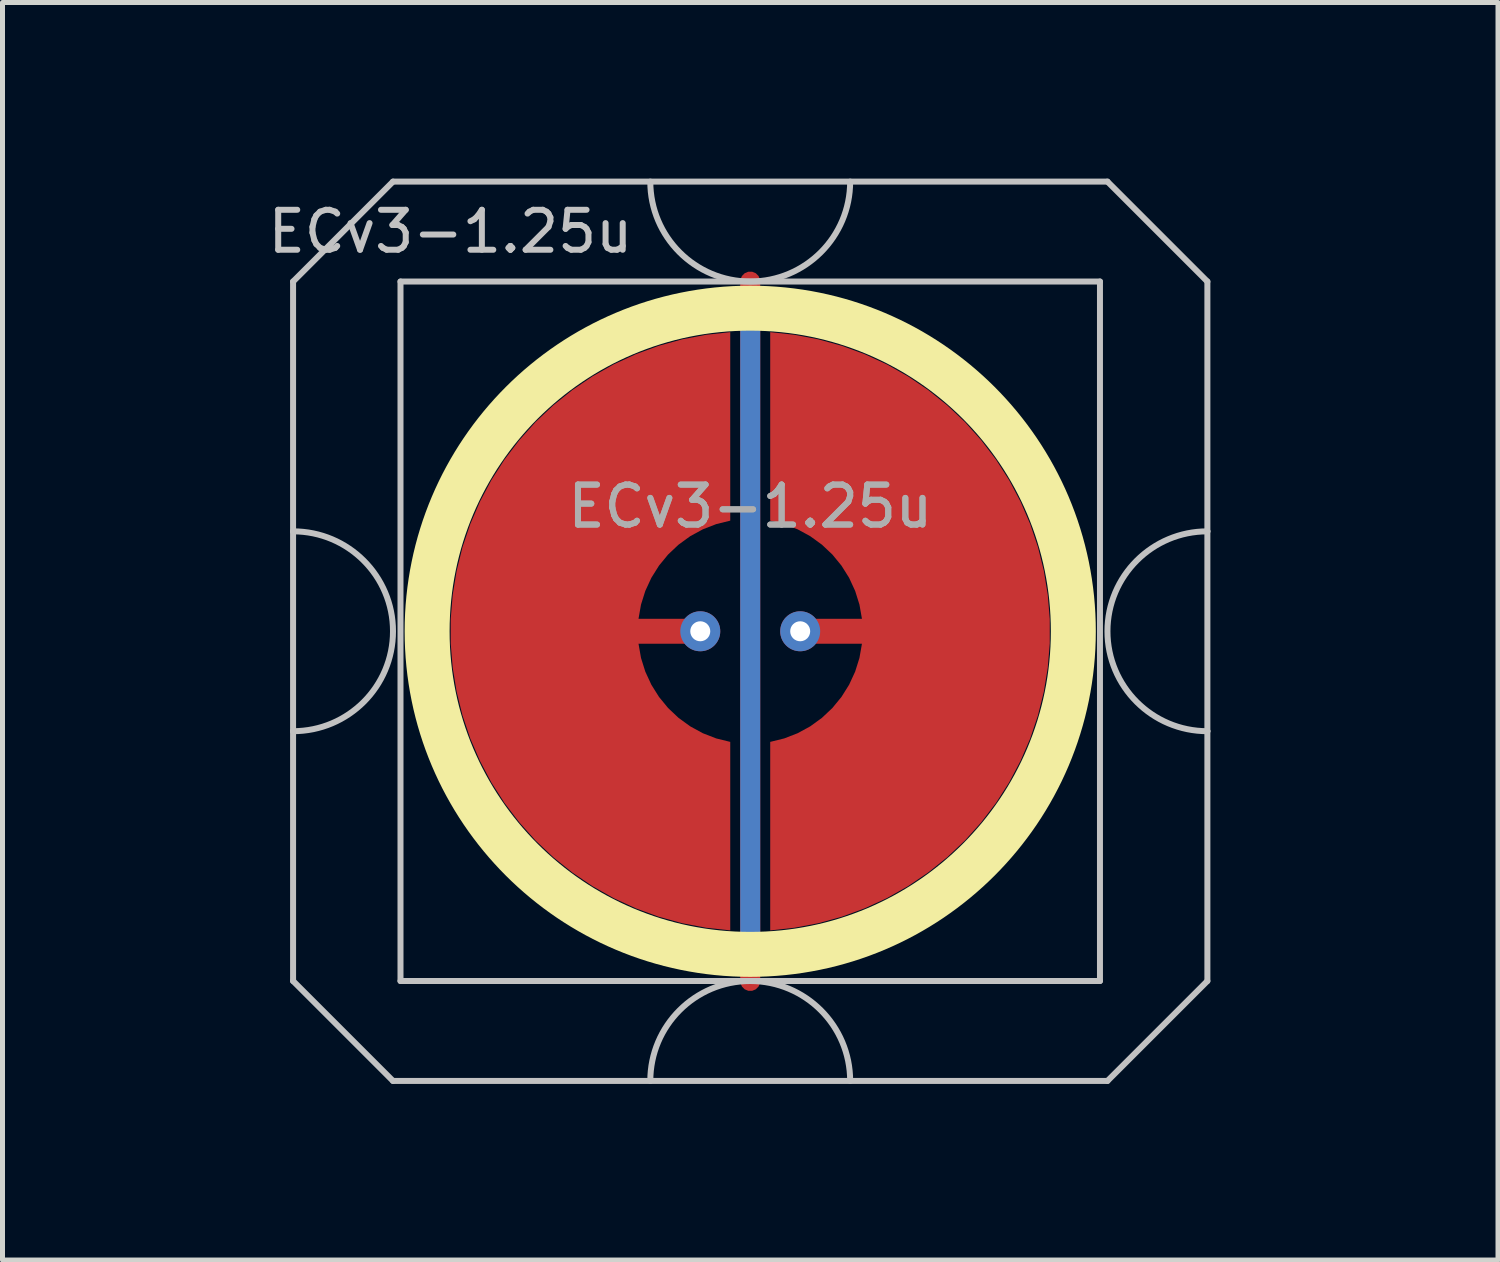
<source format=kicad_pcb>
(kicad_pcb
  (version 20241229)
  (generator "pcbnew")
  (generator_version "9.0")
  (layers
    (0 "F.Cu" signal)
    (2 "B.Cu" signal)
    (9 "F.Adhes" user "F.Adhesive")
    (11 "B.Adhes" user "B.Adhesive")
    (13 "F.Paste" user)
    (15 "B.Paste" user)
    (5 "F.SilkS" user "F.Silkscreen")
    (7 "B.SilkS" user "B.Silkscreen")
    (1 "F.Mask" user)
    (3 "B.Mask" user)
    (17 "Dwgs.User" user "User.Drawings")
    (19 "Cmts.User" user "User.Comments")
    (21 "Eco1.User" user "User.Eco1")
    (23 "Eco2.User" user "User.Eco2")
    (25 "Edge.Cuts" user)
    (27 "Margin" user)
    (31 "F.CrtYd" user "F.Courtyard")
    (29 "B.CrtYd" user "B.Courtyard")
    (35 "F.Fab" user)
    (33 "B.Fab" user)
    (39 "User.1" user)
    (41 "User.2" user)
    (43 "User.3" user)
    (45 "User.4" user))
  (footprint "ECv3-1.25u"
    (layer "F.Cu")
    (at 11.966 9.585)
    (property "Reference" "ECv3-1.25u" (at -6 -8 0) (layer "Dwgs.User") (effects (font (size 0.8 0.8) (thickness 0.12))))
    (attr through_hole exclude_from_pos_files exclude_from_bom)
    (fp_circle (center 0 0) (end 6.467 0) (stroke (width 0.9) (type solid)) (fill no) (layer "F.SilkS"))
    (fp_line (start -9.15 -7) (end -9.15 -2) (stroke (width 0.12) (type solid)) (layer "Dwgs.User"))
    (fp_line (start -9.15 -2) (end -9.15 2) (stroke (width 0.12) (type solid)) (layer "Dwgs.User"))
    (fp_line (start -9.15 2) (end -9.15 7) (stroke (width 0.12) (type solid)) (layer "Dwgs.User"))
    (fp_line (start -9.15 7) (end -7.15 9) (stroke (width 0.12) (type solid)) (layer "Dwgs.User"))
    (fp_line (start -7.15 -9) (end -9.15 -7) (stroke (width 0.12) (type solid)) (layer "Dwgs.User"))
    (fp_line (start -7.15 9) (end 7.15 9) (stroke (width 0.12) (type solid)) (layer "Dwgs.User"))
    (fp_line (start -7 -7) (end -7 7) (stroke (width 0.12) (type solid)) (layer "Dwgs.User"))
    (fp_line (start -7 7) (end 7 7) (stroke (width 0.12) (type solid)) (layer "Dwgs.User"))
    (fp_line (start 7 -7) (end -7 -7) (stroke (width 0.12) (type solid)) (layer "Dwgs.User"))
    (fp_line (start 7 7) (end 7 -7) (stroke (width 0.12) (type solid)) (layer "Dwgs.User"))
    (fp_line (start 7.15 -9) (end -7.15 -9) (stroke (width 0.12) (type solid)) (layer "Dwgs.User"))
    (fp_line (start 7.15 -9) (end 9.15 -7) (stroke (width 0.12) (type solid)) (layer "Dwgs.User"))
    (fp_line (start 7.15 9) (end 9.15 7) (stroke (width 0.12) (type solid)) (layer "Dwgs.User"))
    (fp_line (start 9.15 -2) (end 9.15 -7) (stroke (width 0.12) (type solid)) (layer "Dwgs.User"))
    (fp_line (start 9.15 -2) (end 9.15 2) (stroke (width 0.12) (type solid)) (layer "Dwgs.User"))
    (fp_line (start 9.15 7) (end 9.15 2) (stroke (width 0.12) (type solid)) (layer "Dwgs.User"))
    (fp_arc (start -9.15 -2) (mid -7.15 0) (end -9.15 2) (stroke (width 0.12) (type solid)) (layer "Dwgs.User"))
    (fp_arc (start -2 9) (mid 0 7) (end 2 9) (stroke (width 0.12) (type solid)) (layer "Dwgs.User"))
    (fp_arc (start 2 -9) (mid 0 -7) (end -2 -9) (stroke (width 0.12) (type solid)) (layer "Dwgs.User"))
    (fp_arc (start 9.15 2) (mid 7.15 0) (end 9.15 -2) (stroke (width 0.12) (type solid)) (layer "Dwgs.User"))
    (fp_line (start -11.906 -9.525) (end -11.906 9.525) (stroke (width 0.12) (type solid)) (layer "User.2"))
    (fp_line (start -11.906 -9.525) (end 11.906 -9.525) (stroke (width 0.12) (type solid)) (layer "User.2"))
    (fp_line (start -11.906 9.525) (end 11.906 9.525) (stroke (width 0.12) (type solid)) (layer "User.2"))
    (fp_line (start 11.906 -9.525) (end 11.906 9.525) (stroke (width 0.12) (type solid)) (layer "User.2"))
    (fp_text user "${REFERENCE}" (at 0 -2.5 0) (layer "F.Fab") (effects (font (size 0.8 0.8) (thickness 0.12))))
    (fp_text user "${REFERENCE}" (at 0 -2.5 0) (layer "F.Fab") (effects (font (size 0.8 0.8) (thickness 0.12))))
    (pad "1" smd custom (at -1 0) (size 0.4 0.4) (layers "F.Cu") (options (anchor circle)) (primitives (gr_poly (pts (xy 0.6 -2.214) (xy 0.32 -2.145) (xy 0.052 -2.041) (xy -0.201 -1.903) (xy -0.434 -1.734) (xy -0.644 -1.536) (xy -0.826 -1.314) (xy -0.979 -1.07) (xy -1.1 -0.808) (xy -1.186 -0.534) (xy -1.236 -0.25) (xy 0 -0.25) (xy 0.096 -0.231) (xy 0.177 -0.177) (xy 0.231 -0.096) (xy 0.25 0) (xy 0.231 0.096) (xy 0.177 0.177) (xy 0.096 0.231) (xy 0 0.25) (xy -1.236 0.25) (xy -1.186 0.534) (xy -1.1 0.808) (xy -0.979 1.07) (xy -0.826 1.314) (xy -0.644 1.536) (xy -0.434 1.734) (xy -0.201 1.903) (xy 0.052 2.041) (xy 0.32 2.145) (xy 0.6 2.214) (xy 0.6 5.987) (xy 0.115 5.934) (xy -0.364 5.843) (xy -0.834 5.713) (xy -1.292 5.545) (xy -1.735 5.341) (xy -2.159 5.101) (xy -2.563 4.827) (xy -2.943 4.522) (xy -3.298 4.187) (xy -3.623 3.824) (xy -3.919 3.436) (xy -4.182 3.025) (xy -4.41 2.594) (xy -4.603 2.147) (xy -4.759 1.684) (xy -4.876 1.211) (xy -4.955 0.73) (xy -4.995 0.244) (xy -4.995 -0.244) (xy -4.955 -0.73) (xy -4.876 -1.211) (xy -4.759 -1.684) (xy -4.603 -2.147) (xy -4.41 -2.594) (xy -4.182 -3.025) (xy -3.919 -3.436) (xy -3.623 -3.824) (xy -3.298 -4.187) (xy -2.943 -4.522) (xy -2.563 -4.827) (xy -2.159 -5.101) (xy -1.735 -5.341) (xy -1.292 -5.545) (xy -0.834 -5.713) (xy -0.364 -5.843) (xy 0.115 -5.934) (xy 0.6 -5.987)) (width 0) (fill yes))))
    (pad "1" thru_hole circle (at -1 0) (size 0.8 0.8) (drill 0.4) (layers "*.Cu"))
    (pad "2" smd custom (at 1 0 180) (size 0.4 0.4) (layers "F.Cu") (options (anchor circle)) (primitives (gr_poly (pts (xy 0.6 -2.214) (xy 0.32 -2.145) (xy 0.052 -2.041) (xy -0.201 -1.903) (xy -0.434 -1.734) (xy -0.644 -1.536) (xy -0.826 -1.314) (xy -0.979 -1.07) (xy -1.1 -0.808) (xy -1.186 -0.534) (xy -1.236 -0.25) (xy 0 -0.25) (xy 0.096 -0.231) (xy 0.177 -0.177) (xy 0.231 -0.096) (xy 0.25 0) (xy 0.231 0.096) (xy 0.177 0.177) (xy 0.096 0.231) (xy 0 0.25) (xy -1.236 0.25) (xy -1.186 0.534) (xy -1.1 0.808) (xy -0.979 1.07) (xy -0.826 1.314) (xy -0.644 1.536) (xy -0.434 1.734) (xy -0.201 1.903) (xy 0.052 2.041) (xy 0.32 2.145) (xy 0.6 2.214) (xy 0.6 5.987) (xy 0.115 5.934) (xy -0.364 5.843) (xy -0.834 5.713) (xy -1.292 5.545) (xy -1.735 5.341) (xy -2.159 5.101) (xy -2.563 4.827) (xy -2.943 4.522) (xy -3.298 4.187) (xy -3.623 3.824) (xy -3.919 3.436) (xy -4.182 3.025) (xy -4.41 2.594) (xy -4.603 2.147) (xy -4.759 1.684) (xy -4.876 1.211) (xy -4.955 0.73) (xy -4.995 0.244) (xy -4.995 -0.244) (xy -4.955 -0.73) (xy -4.876 -1.211) (xy -4.759 -1.684) (xy -4.603 -2.147) (xy -4.41 -2.594) (xy -4.182 -3.025) (xy -3.919 -3.436) (xy -3.623 -3.824) (xy -3.298 -4.187) (xy -2.943 -4.522) (xy -2.563 -4.827) (xy -2.159 -5.101) (xy -1.735 -5.341) (xy -1.292 -5.545) (xy -0.834 -5.713) (xy -0.364 -5.843) (xy 0.115 -5.934) (xy 0.6 -5.987)) (width 0) (fill yes))))
    (pad "2" thru_hole circle (at 1 0) (size 0.8 0.8) (drill 0.4) (layers "*.Cu"))
    (pad "3" smd custom (at 0 0) (size 0.4 0.4) (layers "F.Cu") (options (anchor rect)) (primitives (gr_line (start 0 -7) (end 0 7) (width 0.4))))
    (pad "3" smd custom (at 0 0) (size 0.4 0.4) (layers "B.Cu") (options (anchor rect)) (primitives (gr_line (start 0 -6.5) (end 0 6.5) (width 0.4))))
    (zone (net_name "") (layer "F.Cu") (hatch edge 0.508) (connect_pads) (min_thickness 0.254) (filled_areas_thickness no) (keepout (tracks allowed) (vias allowed) (pads allowed) (copperpour not_allowed) (footprints allowed)) (placement (enabled no)) (fill) (polygon (pts (xy 18.971 9.585) (xy 18.952 9.072) (xy 18.896 8.562) (xy 18.802 8.057) (xy 18.672 7.56) (xy 18.506 7.075) (xy 18.304 6.602) (xy 18.069 6.146) (xy 17.801 5.709) (xy 17.501 5.292) (xy 17.172 4.898) (xy 16.815 4.529) (xy 16.431 4.188) (xy 16.024 3.875) (xy 15.595 3.593) (xy 15.146 3.344) (xy 14.681 3.127) (xy 14.201 2.946) (xy 13.708 2.8) (xy 13.207 2.691) (xy 12.698 2.618) (xy 12.186 2.584) (xy 11.673 2.586) (xy 11.161 2.627) (xy 10.654 2.704) (xy 10.153 2.819) (xy 9.663 2.97) (xy 9.184 3.156) (xy 8.721 3.377) (xy 8.275 3.632) (xy 7.849 3.918) (xy 7.445 4.235) (xy 7.065 4.58) (xy 6.712 4.953) (xy 6.387 5.35) (xy 6.091 5.77) (xy 5.828 6.21) (xy 5.597 6.669) (xy 5.401 7.143) (xy 5.239 7.631) (xy 5.114 8.129) (xy 5.026 8.634) (xy 4.975 9.145) (xy 4.962 9.658) (xy 4.986 10.171) (xy 5.048 10.681) (xy 5.146 11.185) (xy 5.282 11.68) (xy 5.453 12.164) (xy 5.66 12.634) (xy 5.9 13.087) (xy 6.173 13.522) (xy 6.477 13.936) (xy 6.81 14.326) (xy 7.171 14.691) (xy 7.558 15.029) (xy 7.968 15.337) (xy 8.4 15.614) (xy 8.852 15.859) (xy 9.32 16.071) (xy 9.802 16.247) (xy 10.295 16.388) (xy 10.798 16.492) (xy 11.307 16.559) (xy 11.82 16.588) (xy 12.333 16.58) (xy 12.844 16.535) (xy 13.351 16.452) (xy 13.85 16.332) (xy 14.339 16.176) (xy 14.815 15.984) (xy 15.276 15.758) (xy 15.72 15.499) (xy 16.143 15.209) (xy 16.543 14.888) (xy 16.919 14.538) (xy 17.269 14.162) (xy 17.59 13.761) (xy 17.881 13.338) (xy 18.14 12.895) (xy 18.366 12.434) (xy 18.557 11.958) (xy 18.713 11.469) (xy 18.833 10.97) (xy 18.916 10.463) (xy 18.962 9.952))))
    (zone (net_name "") (layer "B.Cu") (hatch edge 0.508) (connect_pads) (min_thickness 0.254) (filled_areas_thickness no) (keepout (tracks allowed) (vias allowed) (pads allowed) (copperpour not_allowed) (footprints allowed)) (placement (enabled no)) (fill) (polygon (pts (xy 18.525 9.585) (xy 18.504 9.07) (xy 18.444 8.559) (xy 18.343 8.054) (xy 18.204 7.558) (xy 18.025 7.075) (xy 17.81 6.608) (xy 17.558 6.158) (xy 17.272 5.73) (xy 16.953 5.326) (xy 16.604 4.948) (xy 16.225 4.598) (xy 15.821 4.279) (xy 15.393 3.993) (xy 14.944 3.742) (xy 14.476 3.526) (xy 13.993 3.348) (xy 13.497 3.208) (xy 12.992 3.107) (xy 12.481 3.047) (xy 11.966 3.027) (xy 11.452 3.047) (xy 10.94 3.107) (xy 10.435 3.208) (xy 9.94 3.348) (xy 9.457 3.526) (xy 8.989 3.742) (xy 8.54 3.993) (xy 8.111 4.279) (xy 7.707 4.598) (xy 7.329 4.948) (xy 6.979 5.326) (xy 6.661 5.73) (xy 6.374 6.158) (xy 6.123 6.608) (xy 5.907 7.075) (xy 5.729 7.558) (xy 5.589 8.054) (xy 5.489 8.559) (xy 5.428 9.07) (xy 5.408 9.585) (xy 5.428 10.1) (xy 5.489 10.611) (xy 5.589 11.116) (xy 5.729 11.612) (xy 5.907 12.095) (xy 6.123 12.562) (xy 6.374 13.012) (xy 6.661 13.44) (xy 6.979 13.844) (xy 7.329 14.222) (xy 7.707 14.572) (xy 8.111 14.891) (xy 8.54 15.177) (xy 8.989 15.428) (xy 9.457 15.644) (xy 9.94 15.822) (xy 10.435 15.962) (xy 10.94 16.063) (xy 11.452 16.123) (xy 11.966 16.143) (xy 12.481 16.123) (xy 12.992 16.063) (xy 13.497 15.962) (xy 13.993 15.822) (xy 14.476 15.644) (xy 14.944 15.428) (xy 15.393 15.177) (xy 15.821 14.891) (xy 16.225 14.572) (xy 16.604 14.222) (xy 16.953 13.844) (xy 17.272 13.44) (xy 17.558 13.012) (xy 17.81 12.562) (xy 18.025 12.095) (xy 18.204 11.612) (xy 18.343 11.116) (xy 18.444 10.611) (xy 18.504 10.1)))))
  (gr_rect
    (start -3 -3)
    (end 26.933 22.17)
    (stroke (width 0.1) (type default))
    (fill no)
    (layer "Edge.Cuts")))
</source>
